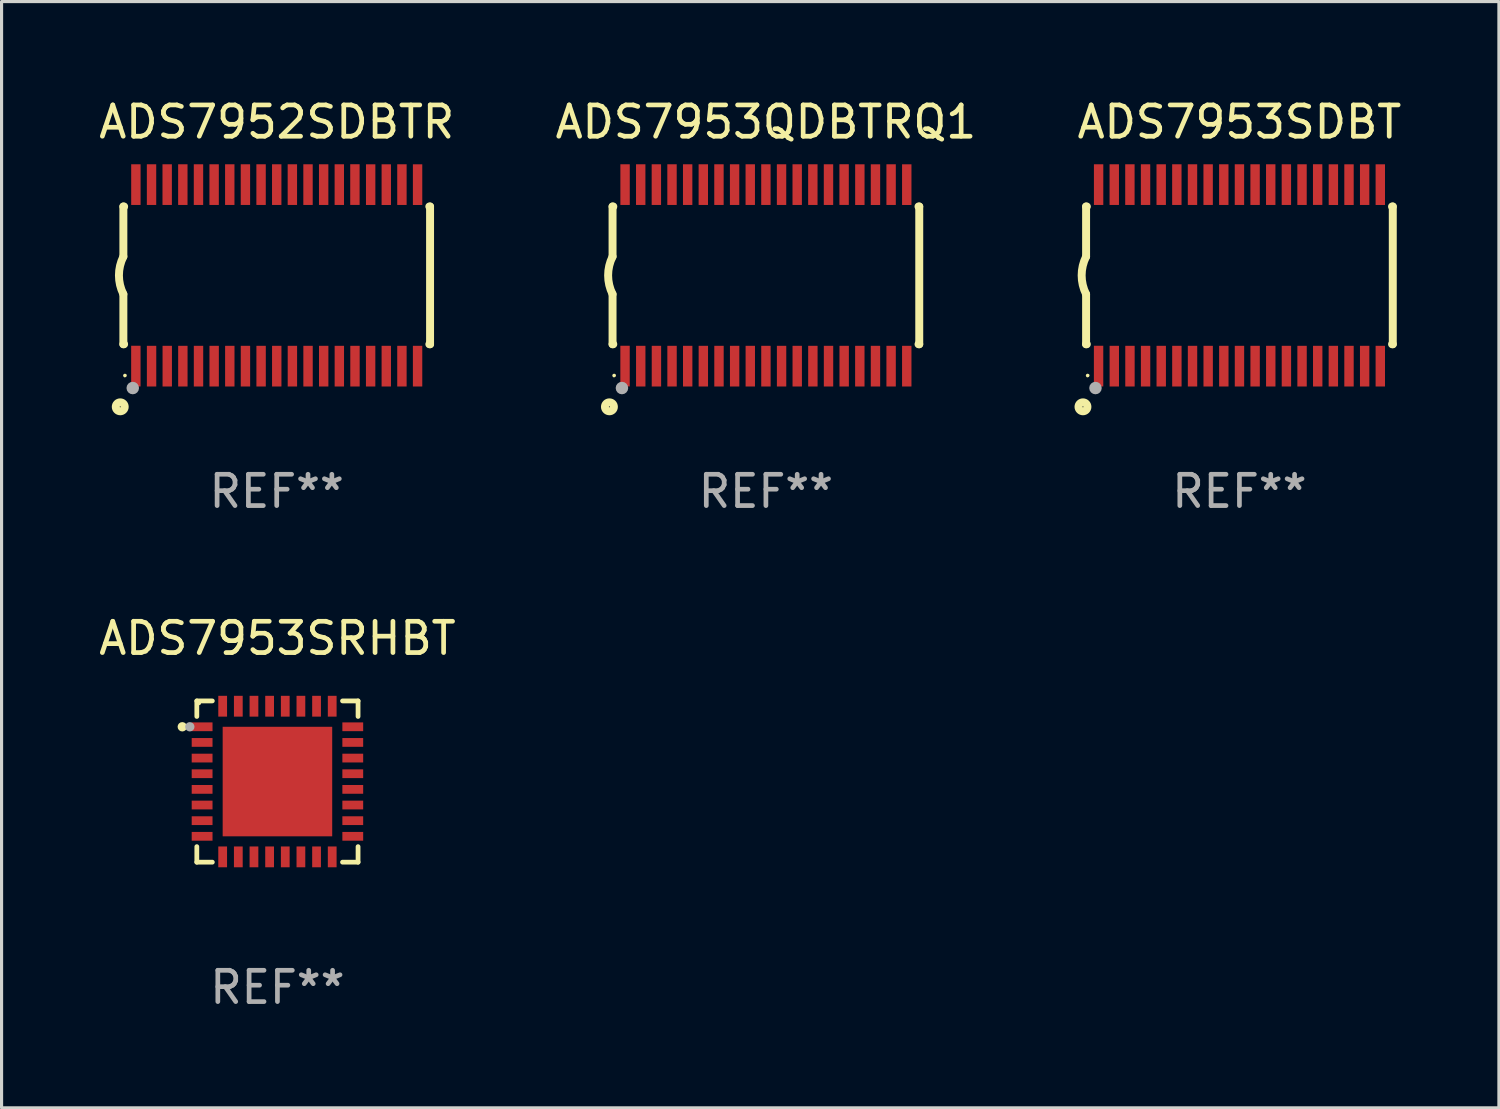
<source format=kicad_pcb>
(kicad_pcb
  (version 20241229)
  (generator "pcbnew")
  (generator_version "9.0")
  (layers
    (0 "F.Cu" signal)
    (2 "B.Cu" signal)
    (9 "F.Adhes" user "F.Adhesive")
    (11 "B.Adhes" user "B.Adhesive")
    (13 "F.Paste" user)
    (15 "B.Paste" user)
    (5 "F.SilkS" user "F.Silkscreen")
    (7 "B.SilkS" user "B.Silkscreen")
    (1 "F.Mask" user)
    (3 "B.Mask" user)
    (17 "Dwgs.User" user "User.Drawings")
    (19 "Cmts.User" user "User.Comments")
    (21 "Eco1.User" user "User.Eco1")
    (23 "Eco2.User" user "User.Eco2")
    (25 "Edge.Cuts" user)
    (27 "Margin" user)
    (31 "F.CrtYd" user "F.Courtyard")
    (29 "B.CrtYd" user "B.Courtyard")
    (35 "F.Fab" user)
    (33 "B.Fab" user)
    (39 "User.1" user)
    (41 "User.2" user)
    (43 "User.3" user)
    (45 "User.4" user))
  (footprint "ADS7953SDBT"
    (layer "F.Cu")
    (at 36.554 5.749)
    (property "Reference" "ADS7953SDBT" (at 0 -4.901 0) (layer "F.SilkS") (effects (font (size 1 1) (thickness 0.15))))
    (attr through_hole)
    (fp_line (start -4.9 -2.2) (end -4.9 -0.6) (stroke (width 0.254) (type solid)) (layer "F.SilkS"))
    (fp_line (start -4.9 -2.2) (end -4.876 -2.2) (stroke (width 0.254) (type solid)) (layer "F.SilkS"))
    (fp_line (start -4.9 2.2) (end -4.9 0.6) (stroke (width 0.254) (type solid)) (layer "F.SilkS"))
    (fp_line (start -4.9 2.2) (end -4.877 2.2) (stroke (width 0.254) (type solid)) (layer "F.SilkS"))
    (fp_line (start 4.876 -2.2) (end 4.9 -2.2) (stroke (width 0.254) (type solid)) (layer "F.SilkS"))
    (fp_line (start 4.877 2.2) (end 4.9 2.2) (stroke (width 0.254) (type solid)) (layer "F.SilkS"))
    (fp_line (start 4.9 -2.2) (end 4.9 2.2) (stroke (width 0.254) (type solid)) (layer "F.SilkS"))
    (fp_arc (start -4.900051 0.599822) (mid -5.041652 -0.000095) (end -4.9 -0.6) (stroke (width 0.254001) (type solid)) (layer "F.SilkS"))
    (fp_circle (center -5 4.2) (end -4.857 4.2) (stroke (width 0.254) (type solid)) (fill no) (layer "F.SilkS"))
    (fp_circle (center -4.85 3.2) (end -4.82 3.2) (stroke (width 0.06) (type solid)) (fill no) (layer "F.SilkS"))
    (fp_circle (center -4.6 3.6) (end -4.5 3.6) (stroke (width 0.2) (type solid)) (fill no) (layer "F.Fab"))
    (fp_text user "REF**" (at 0 6.901 0) (layer "F.Fab") (effects (font (size 1 1) (thickness 0.15))))
    (pad "1" smd rect (at -4.501 2.899 90) (size 1.3 0.3) (layers "F.Cu" "F.Mask" "F.Paste"))
    (pad "2" smd rect (at -3.999 2.901 90) (size 1.3 0.3) (layers "F.Cu" "F.Mask" "F.Paste"))
    (pad "3" smd rect (at -3.498 2.901 90) (size 1.3 0.3) (layers "F.Cu" "F.Mask" "F.Paste"))
    (pad "4" smd rect (at -2.999 2.901 90) (size 1.3 0.3) (layers "F.Cu" "F.Mask" "F.Paste"))
    (pad "5" smd rect (at -2.499 2.901 90) (size 1.3 0.3) (layers "F.Cu" "F.Mask" "F.Paste"))
    (pad "6" smd rect (at -1.999 2.901 90) (size 1.3 0.3) (layers "F.Cu" "F.Mask" "F.Paste"))
    (pad "7" smd rect (at -1.499 2.901 90) (size 1.3 0.3) (layers "F.Cu" "F.Mask" "F.Paste"))
    (pad "8" smd rect (at -0.999 2.901 90) (size 1.3 0.3) (layers "F.Cu" "F.Mask" "F.Paste"))
    (pad "9" smd rect (at -0.499 2.901 90) (size 1.3 0.3) (layers "F.Cu" "F.Mask" "F.Paste"))
    (pad "10" smd rect (at 0.001 2.901 90) (size 1.3 0.3) (layers "F.Cu" "F.Mask" "F.Paste"))
    (pad "11" smd rect (at 0.501 2.901 90) (size 1.3 0.3) (layers "F.Cu" "F.Mask" "F.Paste"))
    (pad "12" smd rect (at 1.001 2.901 90) (size 1.3 0.3) (layers "F.Cu" "F.Mask" "F.Paste"))
    (pad "13" smd rect (at 1.501 2.901 90) (size 1.3 0.3) (layers "F.Cu" "F.Mask" "F.Paste"))
    (pad "14" smd rect (at 2.001 2.901 90) (size 1.3 0.3) (layers "F.Cu" "F.Mask" "F.Paste"))
    (pad "15" smd rect (at 2.501 2.901 90) (size 1.3 0.3) (layers "F.Cu" "F.Mask" "F.Paste"))
    (pad "16" smd rect (at 3.001 2.901 90) (size 1.3 0.3) (layers "F.Cu" "F.Mask" "F.Paste"))
    (pad "17" smd rect (at 3.501 2.901 90) (size 1.3 0.3) (layers "F.Cu" "F.Mask" "F.Paste"))
    (pad "18" smd rect (at 4.001 2.901 90) (size 1.3 0.3) (layers "F.Cu" "F.Mask" "F.Paste"))
    (pad "19" smd rect (at 4.501 2.901 90) (size 1.3 0.3) (layers "F.Cu" "F.Mask" "F.Paste"))
    (pad "20" smd rect (at 4.501 -2.899 90) (size 1.3 0.3) (layers "F.Cu" "F.Mask" "F.Paste"))
    (pad "21" smd rect (at 4.001 -2.9 90) (size 1.3 0.3) (layers "F.Cu" "F.Mask" "F.Paste"))
    (pad "22" smd rect (at 3.501 -2.899 90) (size 1.3 0.3) (layers "F.Cu" "F.Mask" "F.Paste"))
    (pad "23" smd rect (at 3.002 -2.899 90) (size 1.3 0.3) (layers "F.Cu" "F.Mask" "F.Paste"))
    (pad "24" smd rect (at 2.499 -2.901 90) (size 1.3 0.3) (layers "F.Cu" "F.Mask" "F.Paste"))
    (pad "25" smd rect (at 2 -2.9 90) (size 1.3 0.3) (layers "F.Cu" "F.Mask" "F.Paste"))
    (pad "26" smd rect (at 1.5 -2.9 90) (size 1.3 0.3) (layers "F.Cu" "F.Mask" "F.Paste"))
    (pad "27" smd rect (at 1 -2.9 90) (size 1.3 0.3) (layers "F.Cu" "F.Mask" "F.Paste"))
    (pad "28" smd rect (at 0.5 -2.9 90) (size 1.3 0.3) (layers "F.Cu" "F.Mask" "F.Paste"))
    (pad "29" smd rect (at 0.000127 -2.9 90) (size 1.3 0.3) (layers "F.Cu" "F.Mask" "F.Paste"))
    (pad "30" smd rect (at -0.5 -2.9 90) (size 1.3 0.3) (layers "F.Cu" "F.Mask" "F.Paste"))
    (pad "31" smd rect (at -1 -2.9 90) (size 1.3 0.3) (layers "F.Cu" "F.Mask" "F.Paste"))
    (pad "32" smd rect (at -1.5 -2.9 90) (size 1.3 0.3) (layers "F.Cu" "F.Mask" "F.Paste"))
    (pad "33" smd rect (at -2 -2.9 90) (size 1.3 0.3) (layers "F.Cu" "F.Mask" "F.Paste"))
    (pad "34" smd rect (at -2.5 -2.9 90) (size 1.3 0.3) (layers "F.Cu" "F.Mask" "F.Paste"))
    (pad "35" smd rect (at -3 -2.9 90) (size 1.3 0.3) (layers "F.Cu" "F.Mask" "F.Paste"))
    (pad "36" smd rect (at -3.5 -2.9 90) (size 1.3 0.3) (layers "F.Cu" "F.Mask" "F.Paste"))
    (pad "37" smd rect (at -4 -2.9 90) (size 1.3 0.3) (layers "F.Cu" "F.Mask" "F.Paste"))
    (pad "38" smd rect (at -4.5 -2.9 90) (size 1.3 0.3) (layers "F.Cu" "F.Mask" "F.Paste")))
  (footprint "ADS7952SDBTR"
    (layer "F.Cu")
    (at 5.792 5.749)
    (property "Reference" "ADS7952SDBTR" (at 0 -4.901 0) (layer "F.SilkS") (effects (font (size 1 1) (thickness 0.15))))
    (attr through_hole)
    (fp_line (start -4.9 -2.2) (end -4.9 -0.6) (stroke (width 0.254) (type solid)) (layer "F.SilkS"))
    (fp_line (start -4.9 -2.2) (end -4.876 -2.2) (stroke (width 0.254) (type solid)) (layer "F.SilkS"))
    (fp_line (start -4.9 2.2) (end -4.9 0.6) (stroke (width 0.254) (type solid)) (layer "F.SilkS"))
    (fp_line (start -4.9 2.2) (end -4.877 2.2) (stroke (width 0.254) (type solid)) (layer "F.SilkS"))
    (fp_line (start 4.876 -2.2) (end 4.9 -2.2) (stroke (width 0.254) (type solid)) (layer "F.SilkS"))
    (fp_line (start 4.877 2.2) (end 4.9 2.2) (stroke (width 0.254) (type solid)) (layer "F.SilkS"))
    (fp_line (start 4.9 -2.2) (end 4.9 2.2) (stroke (width 0.254) (type solid)) (layer "F.SilkS"))
    (fp_arc (start -4.900051 0.599822) (mid -5.041652 -0.000095) (end -4.9 -0.6) (stroke (width 0.254001) (type solid)) (layer "F.SilkS"))
    (fp_circle (center -5 4.2) (end -4.857 4.2) (stroke (width 0.254) (type solid)) (fill no) (layer "F.SilkS"))
    (fp_circle (center -4.85 3.2) (end -4.82 3.2) (stroke (width 0.06) (type solid)) (fill no) (layer "F.SilkS"))
    (fp_circle (center -4.6 3.6) (end -4.5 3.6) (stroke (width 0.2) (type solid)) (fill no) (layer "F.Fab"))
    (fp_text user "REF**" (at 0 6.901 0) (layer "F.Fab") (effects (font (size 1 1) (thickness 0.15))))
    (pad "1" smd rect (at -4.501 2.899 90) (size 1.3 0.3) (layers "F.Cu" "F.Mask" "F.Paste"))
    (pad "2" smd rect (at -3.999 2.901 90) (size 1.3 0.3) (layers "F.Cu" "F.Mask" "F.Paste"))
    (pad "3" smd rect (at -3.498 2.901 90) (size 1.3 0.3) (layers "F.Cu" "F.Mask" "F.Paste"))
    (pad "4" smd rect (at -2.999 2.901 90) (size 1.3 0.3) (layers "F.Cu" "F.Mask" "F.Paste"))
    (pad "5" smd rect (at -2.499 2.901 90) (size 1.3 0.3) (layers "F.Cu" "F.Mask" "F.Paste"))
    (pad "6" smd rect (at -1.999 2.901 90) (size 1.3 0.3) (layers "F.Cu" "F.Mask" "F.Paste"))
    (pad "7" smd rect (at -1.499 2.901 90) (size 1.3 0.3) (layers "F.Cu" "F.Mask" "F.Paste"))
    (pad "8" smd rect (at -0.999 2.901 90) (size 1.3 0.3) (layers "F.Cu" "F.Mask" "F.Paste"))
    (pad "9" smd rect (at -0.499 2.901 90) (size 1.3 0.3) (layers "F.Cu" "F.Mask" "F.Paste"))
    (pad "10" smd rect (at 0.001 2.901 90) (size 1.3 0.3) (layers "F.Cu" "F.Mask" "F.Paste"))
    (pad "11" smd rect (at 0.501 2.901 90) (size 1.3 0.3) (layers "F.Cu" "F.Mask" "F.Paste"))
    (pad "12" smd rect (at 1.001 2.901 90) (size 1.3 0.3) (layers "F.Cu" "F.Mask" "F.Paste"))
    (pad "13" smd rect (at 1.501 2.901 90) (size 1.3 0.3) (layers "F.Cu" "F.Mask" "F.Paste"))
    (pad "14" smd rect (at 2.001 2.901 90) (size 1.3 0.3) (layers "F.Cu" "F.Mask" "F.Paste"))
    (pad "15" smd rect (at 2.501 2.901 90) (size 1.3 0.3) (layers "F.Cu" "F.Mask" "F.Paste"))
    (pad "16" smd rect (at 3.001 2.901 90) (size 1.3 0.3) (layers "F.Cu" "F.Mask" "F.Paste"))
    (pad "17" smd rect (at 3.501 2.901 90) (size 1.3 0.3) (layers "F.Cu" "F.Mask" "F.Paste"))
    (pad "18" smd rect (at 4.001 2.901 90) (size 1.3 0.3) (layers "F.Cu" "F.Mask" "F.Paste"))
    (pad "19" smd rect (at 4.501 2.901 90) (size 1.3 0.3) (layers "F.Cu" "F.Mask" "F.Paste"))
    (pad "20" smd rect (at 4.501 -2.899 90) (size 1.3 0.3) (layers "F.Cu" "F.Mask" "F.Paste"))
    (pad "21" smd rect (at 4.001 -2.9 90) (size 1.3 0.3) (layers "F.Cu" "F.Mask" "F.Paste"))
    (pad "22" smd rect (at 3.501 -2.899 90) (size 1.3 0.3) (layers "F.Cu" "F.Mask" "F.Paste"))
    (pad "23" smd rect (at 3.002 -2.899 90) (size 1.3 0.3) (layers "F.Cu" "F.Mask" "F.Paste"))
    (pad "24" smd rect (at 2.499 -2.901 90) (size 1.3 0.3) (layers "F.Cu" "F.Mask" "F.Paste"))
    (pad "25" smd rect (at 2 -2.9 90) (size 1.3 0.3) (layers "F.Cu" "F.Mask" "F.Paste"))
    (pad "26" smd rect (at 1.5 -2.9 90) (size 1.3 0.3) (layers "F.Cu" "F.Mask" "F.Paste"))
    (pad "27" smd rect (at 1 -2.9 90) (size 1.3 0.3) (layers "F.Cu" "F.Mask" "F.Paste"))
    (pad "28" smd rect (at 0.5 -2.9 90) (size 1.3 0.3) (layers "F.Cu" "F.Mask" "F.Paste"))
    (pad "29" smd rect (at 0.000127 -2.9 90) (size 1.3 0.3) (layers "F.Cu" "F.Mask" "F.Paste"))
    (pad "30" smd rect (at -0.5 -2.9 90) (size 1.3 0.3) (layers "F.Cu" "F.Mask" "F.Paste"))
    (pad "31" smd rect (at -1 -2.9 90) (size 1.3 0.3) (layers "F.Cu" "F.Mask" "F.Paste"))
    (pad "32" smd rect (at -1.5 -2.9 90) (size 1.3 0.3) (layers "F.Cu" "F.Mask" "F.Paste"))
    (pad "33" smd rect (at -2 -2.9 90) (size 1.3 0.3) (layers "F.Cu" "F.Mask" "F.Paste"))
    (pad "34" smd rect (at -2.5 -2.9 90) (size 1.3 0.3) (layers "F.Cu" "F.Mask" "F.Paste"))
    (pad "35" smd rect (at -3 -2.9 90) (size 1.3 0.3) (layers "F.Cu" "F.Mask" "F.Paste"))
    (pad "36" smd rect (at -3.5 -2.9 90) (size 1.3 0.3) (layers "F.Cu" "F.Mask" "F.Paste"))
    (pad "37" smd rect (at -4 -2.9 90) (size 1.3 0.3) (layers "F.Cu" "F.Mask" "F.Paste"))
    (pad "38" smd rect (at -4.5 -2.9 90) (size 1.3 0.3) (layers "F.Cu" "F.Mask" "F.Paste")))
  (footprint "ADS7953QDBTRQ1"
    (layer "F.Cu")
    (at 21.423 5.749)
    (property "Reference" "ADS7953QDBTRQ1" (at 0 -4.901 0) (layer "F.SilkS") (effects (font (size 1 1) (thickness 0.15))))
    (attr through_hole)
    (fp_line (start -4.9 -2.2) (end -4.9 -0.6) (stroke (width 0.254) (type solid)) (layer "F.SilkS"))
    (fp_line (start -4.9 -2.2) (end -4.876 -2.2) (stroke (width 0.254) (type solid)) (layer "F.SilkS"))
    (fp_line (start -4.9 2.2) (end -4.9 0.6) (stroke (width 0.254) (type solid)) (layer "F.SilkS"))
    (fp_line (start -4.9 2.2) (end -4.877 2.2) (stroke (width 0.254) (type solid)) (layer "F.SilkS"))
    (fp_line (start 4.876 -2.2) (end 4.9 -2.2) (stroke (width 0.254) (type solid)) (layer "F.SilkS"))
    (fp_line (start 4.877 2.2) (end 4.9 2.2) (stroke (width 0.254) (type solid)) (layer "F.SilkS"))
    (fp_line (start 4.9 -2.2) (end 4.9 2.2) (stroke (width 0.254) (type solid)) (layer "F.SilkS"))
    (fp_arc (start -4.900051 0.599822) (mid -5.041652 -0.000095) (end -4.9 -0.6) (stroke (width 0.254001) (type solid)) (layer "F.SilkS"))
    (fp_circle (center -5 4.2) (end -4.857 4.2) (stroke (width 0.254) (type solid)) (fill no) (layer "F.SilkS"))
    (fp_circle (center -4.85 3.2) (end -4.82 3.2) (stroke (width 0.06) (type solid)) (fill no) (layer "F.SilkS"))
    (fp_circle (center -4.6 3.6) (end -4.5 3.6) (stroke (width 0.2) (type solid)) (fill no) (layer "F.Fab"))
    (fp_text user "REF**" (at 0 6.901 0) (layer "F.Fab") (effects (font (size 1 1) (thickness 0.15))))
    (pad "1" smd rect (at -4.501 2.899 90) (size 1.3 0.3) (layers "F.Cu" "F.Mask" "F.Paste"))
    (pad "2" smd rect (at -3.999 2.901 90) (size 1.3 0.3) (layers "F.Cu" "F.Mask" "F.Paste"))
    (pad "3" smd rect (at -3.498 2.901 90) (size 1.3 0.3) (layers "F.Cu" "F.Mask" "F.Paste"))
    (pad "4" smd rect (at -2.999 2.901 90) (size 1.3 0.3) (layers "F.Cu" "F.Mask" "F.Paste"))
    (pad "5" smd rect (at -2.499 2.901 90) (size 1.3 0.3) (layers "F.Cu" "F.Mask" "F.Paste"))
    (pad "6" smd rect (at -1.999 2.901 90) (size 1.3 0.3) (layers "F.Cu" "F.Mask" "F.Paste"))
    (pad "7" smd rect (at -1.499 2.901 90) (size 1.3 0.3) (layers "F.Cu" "F.Mask" "F.Paste"))
    (pad "8" smd rect (at -0.999 2.901 90) (size 1.3 0.3) (layers "F.Cu" "F.Mask" "F.Paste"))
    (pad "9" smd rect (at -0.499 2.901 90) (size 1.3 0.3) (layers "F.Cu" "F.Mask" "F.Paste"))
    (pad "10" smd rect (at 0.001 2.901 90) (size 1.3 0.3) (layers "F.Cu" "F.Mask" "F.Paste"))
    (pad "11" smd rect (at 0.501 2.901 90) (size 1.3 0.3) (layers "F.Cu" "F.Mask" "F.Paste"))
    (pad "12" smd rect (at 1.001 2.901 90) (size 1.3 0.3) (layers "F.Cu" "F.Mask" "F.Paste"))
    (pad "13" smd rect (at 1.501 2.901 90) (size 1.3 0.3) (layers "F.Cu" "F.Mask" "F.Paste"))
    (pad "14" smd rect (at 2.001 2.901 90) (size 1.3 0.3) (layers "F.Cu" "F.Mask" "F.Paste"))
    (pad "15" smd rect (at 2.501 2.901 90) (size 1.3 0.3) (layers "F.Cu" "F.Mask" "F.Paste"))
    (pad "16" smd rect (at 3.001 2.901 90) (size 1.3 0.3) (layers "F.Cu" "F.Mask" "F.Paste"))
    (pad "17" smd rect (at 3.501 2.901 90) (size 1.3 0.3) (layers "F.Cu" "F.Mask" "F.Paste"))
    (pad "18" smd rect (at 4.001 2.901 90) (size 1.3 0.3) (layers "F.Cu" "F.Mask" "F.Paste"))
    (pad "19" smd rect (at 4.501 2.901 90) (size 1.3 0.3) (layers "F.Cu" "F.Mask" "F.Paste"))
    (pad "20" smd rect (at 4.501 -2.899 90) (size 1.3 0.3) (layers "F.Cu" "F.Mask" "F.Paste"))
    (pad "21" smd rect (at 4.001 -2.9 90) (size 1.3 0.3) (layers "F.Cu" "F.Mask" "F.Paste"))
    (pad "22" smd rect (at 3.501 -2.899 90) (size 1.3 0.3) (layers "F.Cu" "F.Mask" "F.Paste"))
    (pad "23" smd rect (at 3.002 -2.899 90) (size 1.3 0.3) (layers "F.Cu" "F.Mask" "F.Paste"))
    (pad "24" smd rect (at 2.499 -2.901 90) (size 1.3 0.3) (layers "F.Cu" "F.Mask" "F.Paste"))
    (pad "25" smd rect (at 2 -2.9 90) (size 1.3 0.3) (layers "F.Cu" "F.Mask" "F.Paste"))
    (pad "26" smd rect (at 1.5 -2.9 90) (size 1.3 0.3) (layers "F.Cu" "F.Mask" "F.Paste"))
    (pad "27" smd rect (at 1 -2.9 90) (size 1.3 0.3) (layers "F.Cu" "F.Mask" "F.Paste"))
    (pad "28" smd rect (at 0.5 -2.9 90) (size 1.3 0.3) (layers "F.Cu" "F.Mask" "F.Paste"))
    (pad "29" smd rect (at 0.000127 -2.9 90) (size 1.3 0.3) (layers "F.Cu" "F.Mask" "F.Paste"))
    (pad "30" smd rect (at -0.5 -2.9 90) (size 1.3 0.3) (layers "F.Cu" "F.Mask" "F.Paste"))
    (pad "31" smd rect (at -1 -2.9 90) (size 1.3 0.3) (layers "F.Cu" "F.Mask" "F.Paste"))
    (pad "32" smd rect (at -1.5 -2.9 90) (size 1.3 0.3) (layers "F.Cu" "F.Mask" "F.Paste"))
    (pad "33" smd rect (at -2 -2.9 90) (size 1.3 0.3) (layers "F.Cu" "F.Mask" "F.Paste"))
    (pad "34" smd rect (at -2.5 -2.9 90) (size 1.3 0.3) (layers "F.Cu" "F.Mask" "F.Paste"))
    (pad "35" smd rect (at -3 -2.9 90) (size 1.3 0.3) (layers "F.Cu" "F.Mask" "F.Paste"))
    (pad "36" smd rect (at -3.5 -2.9 90) (size 1.3 0.3) (layers "F.Cu" "F.Mask" "F.Paste"))
    (pad "37" smd rect (at -4 -2.9 90) (size 1.3 0.3) (layers "F.Cu" "F.Mask" "F.Paste"))
    (pad "38" smd rect (at -4.5 -2.9 90) (size 1.3 0.3) (layers "F.Cu" "F.Mask" "F.Paste")))
  (footprint "ADS7953SRHBT"
    (layer "F.Cu")
    (at 5.815 21.923)
    (property "Reference" "ADS7953SRHBT" (at 0 -4.576 0) (layer "F.SilkS") (effects (font (size 1 1) (thickness 0.15))))
    (attr through_hole)
    (fp_line (start -2.576 -2.576) (end -2.576 -2.08) (stroke (width 0.152) (type solid)) (layer "F.SilkS"))
    (fp_line (start -2.576 2.576) (end -2.576 2.08) (stroke (width 0.152) (type solid)) (layer "F.SilkS"))
    (fp_line (start -2.08 -2.576) (end -2.576 -2.576) (stroke (width 0.152) (type solid)) (layer "F.SilkS"))
    (fp_line (start -2.08 2.576) (end -2.576 2.576) (stroke (width 0.152) (type solid)) (layer "F.SilkS"))
    (fp_line (start 2.08 -2.576) (end 2.576 -2.576) (stroke (width 0.152) (type solid)) (layer "F.SilkS"))
    (fp_line (start 2.08 2.576) (end 2.576 2.576) (stroke (width 0.152) (type solid)) (layer "F.SilkS"))
    (fp_line (start 2.576 -2.576) (end 2.576 -2.08) (stroke (width 0.152) (type solid)) (layer "F.SilkS"))
    (fp_line (start 2.576 2.576) (end 2.576 2.08) (stroke (width 0.152) (type solid)) (layer "F.SilkS"))
    (fp_circle (center -3.04 -1.75) (end -2.965 -1.75) (stroke (width 0.15) (type solid)) (fill no) (layer "F.SilkS"))
    (fp_circle (center -2.5 -2.5) (end -2.47 -2.5) (stroke (width 0.06) (type solid)) (fill no) (layer "F.SilkS"))
    (fp_circle (center -2.8 -1.75) (end -2.725 -1.75) (stroke (width 0.15) (type solid)) (fill no) (layer "F.Fab"))
    (fp_text user "REF**" (at 0 6.576 0) (layer "F.Fab") (effects (font (size 1 1) (thickness 0.15))))
    (pad "1" smd rect (at -2.407 -1.75) (size 0.665 0.28) (layers "F.Cu" "F.Mask" "F.Paste"))
    (pad "2" smd rect (at -2.407 -1.25) (size 0.665 0.28) (layers "F.Cu" "F.Mask" "F.Paste"))
    (pad "3" smd rect (at -2.407 -0.75) (size 0.665 0.28) (layers "F.Cu" "F.Mask" "F.Paste"))
    (pad "4" smd rect (at -2.407 -0.25) (size 0.665 0.28) (layers "F.Cu" "F.Mask" "F.Paste"))
    (pad "5" smd rect (at -2.407 0.25) (size 0.665 0.28) (layers "F.Cu" "F.Mask" "F.Paste"))
    (pad "6" smd rect (at -2.407 0.75) (size 0.665 0.28) (layers "F.Cu" "F.Mask" "F.Paste"))
    (pad "7" smd rect (at -2.407 1.25) (size 0.665 0.28) (layers "F.Cu" "F.Mask" "F.Paste"))
    (pad "8" smd rect (at -2.407 1.75) (size 0.665 0.28) (layers "F.Cu" "F.Mask" "F.Paste"))
    (pad "9" smd rect (at -1.75 2.407) (size 0.28 0.665) (layers "F.Cu" "F.Mask" "F.Paste"))
    (pad "10" smd rect (at -1.25 2.407) (size 0.28 0.665) (layers "F.Cu" "F.Mask" "F.Paste"))
    (pad "11" smd rect (at -0.75 2.407) (size 0.28 0.665) (layers "F.Cu" "F.Mask" "F.Paste"))
    (pad "12" smd rect (at -0.25 2.407) (size 0.28 0.665) (layers "F.Cu" "F.Mask" "F.Paste"))
    (pad "13" smd rect (at 0.25 2.407) (size 0.28 0.665) (layers "F.Cu" "F.Mask" "F.Paste"))
    (pad "14" smd rect (at 0.75 2.407) (size 0.28 0.665) (layers "F.Cu" "F.Mask" "F.Paste"))
    (pad "15" smd rect (at 1.25 2.407) (size 0.28 0.665) (layers "F.Cu" "F.Mask" "F.Paste"))
    (pad "16" smd rect (at 1.75 2.407) (size 0.28 0.665) (layers "F.Cu" "F.Mask" "F.Paste"))
    (pad "17" smd rect (at 2.407 1.75) (size 0.665 0.28) (layers "F.Cu" "F.Mask" "F.Paste"))
    (pad "18" smd rect (at 2.407 1.25) (size 0.665 0.28) (layers "F.Cu" "F.Mask" "F.Paste"))
    (pad "19" smd rect (at 2.407 0.75) (size 0.665 0.28) (layers "F.Cu" "F.Mask" "F.Paste"))
    (pad "20" smd rect (at 2.407 0.25) (size 0.665 0.28) (layers "F.Cu" "F.Mask" "F.Paste"))
    (pad "21" smd rect (at 2.407 -0.25) (size 0.665 0.28) (layers "F.Cu" "F.Mask" "F.Paste"))
    (pad "22" smd rect (at 2.407 -0.75) (size 0.665 0.28) (layers "F.Cu" "F.Mask" "F.Paste"))
    (pad "23" smd rect (at 2.407 -1.25) (size 0.665 0.28) (layers "F.Cu" "F.Mask" "F.Paste"))
    (pad "24" smd rect (at 2.407 -1.75) (size 0.665 0.28) (layers "F.Cu" "F.Mask" "F.Paste"))
    (pad "25" smd rect (at 1.75 -2.407) (size 0.28 0.665) (layers "F.Cu" "F.Mask" "F.Paste"))
    (pad "26" smd rect (at 1.25 -2.407) (size 0.28 0.665) (layers "F.Cu" "F.Mask" "F.Paste"))
    (pad "27" smd rect (at 0.75 -2.407) (size 0.28 0.665) (layers "F.Cu" "F.Mask" "F.Paste"))
    (pad "28" smd rect (at 0.25 -2.407) (size 0.28 0.665) (layers "F.Cu" "F.Mask" "F.Paste"))
    (pad "29" smd rect (at -0.25 -2.407) (size 0.28 0.665) (layers "F.Cu" "F.Mask" "F.Paste"))
    (pad "30" smd rect (at -0.75 -2.407) (size 0.28 0.665) (layers "F.Cu" "F.Mask" "F.Paste"))
    (pad "31" smd rect (at -1.25 -2.407) (size 0.28 0.665) (layers "F.Cu" "F.Mask" "F.Paste"))
    (pad "32" smd rect (at -1.75 -2.407) (size 0.28 0.665) (layers "F.Cu" "F.Mask" "F.Paste"))
    (pad "33" smd rect (at 0 0) (size 3.5 3.5) (layers "F.Cu" "F.Mask" "F.Paste")))
  (gr_rect
    (start -3 -3)
    (end 44.845 32.348)
    (stroke (width 0.1) (type default))
    (fill no)
    (layer "Edge.Cuts")))
</source>
